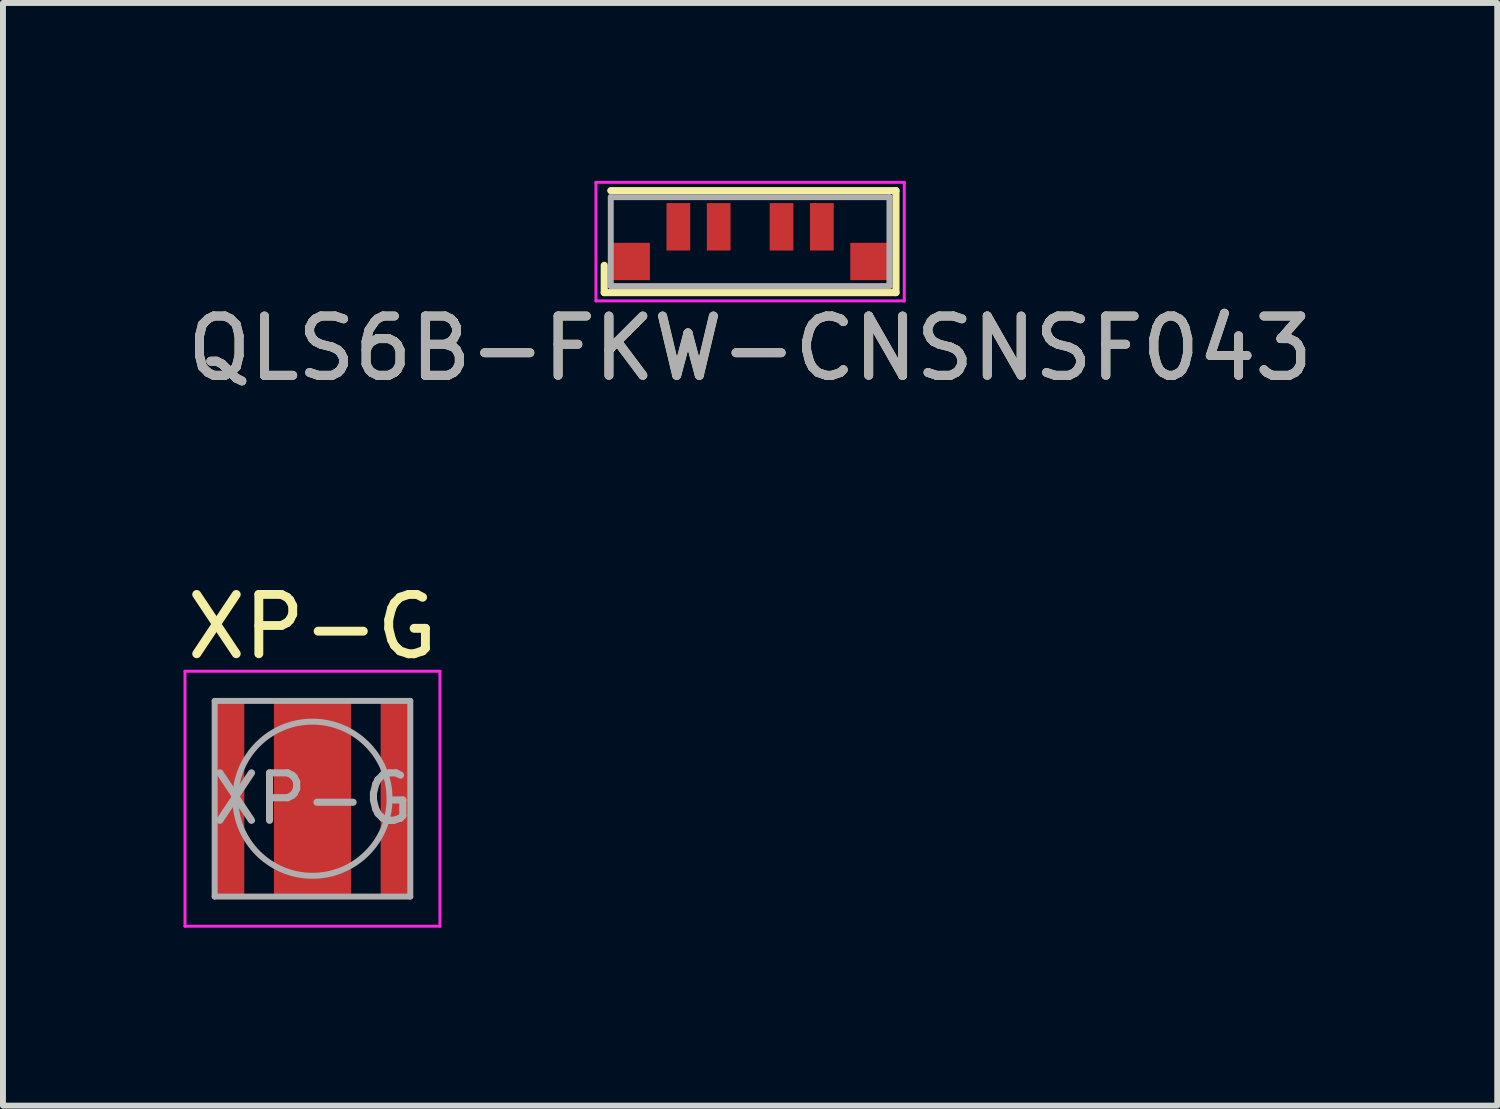
<source format=kicad_pcb>
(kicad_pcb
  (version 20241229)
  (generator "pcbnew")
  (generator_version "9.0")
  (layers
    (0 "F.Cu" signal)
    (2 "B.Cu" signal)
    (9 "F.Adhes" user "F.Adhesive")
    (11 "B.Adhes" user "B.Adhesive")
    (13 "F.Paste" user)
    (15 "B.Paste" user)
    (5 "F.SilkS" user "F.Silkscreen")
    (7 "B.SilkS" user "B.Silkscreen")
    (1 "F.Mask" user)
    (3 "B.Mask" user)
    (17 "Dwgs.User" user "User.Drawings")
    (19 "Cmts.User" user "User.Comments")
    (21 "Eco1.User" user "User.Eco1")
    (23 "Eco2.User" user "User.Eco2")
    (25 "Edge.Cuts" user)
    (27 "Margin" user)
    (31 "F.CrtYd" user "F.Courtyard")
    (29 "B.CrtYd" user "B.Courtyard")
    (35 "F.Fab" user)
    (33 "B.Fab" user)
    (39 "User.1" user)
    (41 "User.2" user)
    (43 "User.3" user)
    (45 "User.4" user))
  (footprint "XP-G"
    (layer "F.Cu")
    (at 2.22 10.421)
    (property "Reference" "XP-G" (at 0 -2.9 0) (layer "F.SilkS") (effects (font (size 1 1) (thickness 0.15))))
    (attr smd)
    (fp_line (start -2.15 -2.15) (end 2.15 -2.15) (stroke (width 0.05) (type solid)) (layer "F.CrtYd"))
    (fp_line (start -2.15 2.15) (end -2.15 -2.15) (stroke (width 0.05) (type solid)) (layer "F.CrtYd"))
    (fp_line (start 2.15 -2.15) (end 2.15 2.15) (stroke (width 0.05) (type solid)) (layer "F.CrtYd"))
    (fp_line (start 2.15 2.15) (end -2.15 2.15) (stroke (width 0.05) (type solid)) (layer "F.CrtYd"))
    (fp_line (start -1.65 -1.65) (end 1.65 -1.65) (stroke (width 0.1) (type solid)) (layer "F.Fab"))
    (fp_line (start -1.65 1.65) (end -1.65 -1.65) (stroke (width 0.1) (type solid)) (layer "F.Fab"))
    (fp_line (start 1.65 -1.65) (end 1.65 1.65) (stroke (width 0.1) (type solid)) (layer "F.Fab"))
    (fp_line (start 1.65 1.65) (end -1.65 1.65) (stroke (width 0.1) (type solid)) (layer "F.Fab"))
    (fp_circle (center 0 0) (end 0 1.3) (stroke (width 0.1) (type solid)) (fill no) (layer "F.Fab"))
    (fp_text user "${REFERENCE}" (at 0 0 0) (layer "F.Fab") (effects (font (size 0.8 0.8) (thickness 0.12))))
    (pad "" smd rect (at 0 -1) (size 1.01 0.75) (layers "F.Paste"))
    (pad "" smd rect (at 0 0) (size 1.01 0.75) (layers "F.Paste"))
    (pad "" smd rect (at 0 1) (size 1.01 0.75) (layers "F.Paste"))
    (pad "1" smd rect (at -1.4 0) (size 0.5 3.3) (layers "F.Cu" "F.Mask" "F.Paste"))
    (pad "2" smd rect (at 1.4 0) (size 0.5 3.3) (layers "F.Cu" "F.Mask" "F.Paste"))
    (pad "3" smd rect (at 0 0) (size 1.3 3.3) (layers "F.Cu" "F.Mask")))
  (footprint "QLS6B-FKW-CNSNSF043"
    (layer "F.Cu")
    (at 9.601 1.025)
    (property "Reference" "QLS6B-FKW-CNSNSF043" (at 0 1.8 0) (layer "F.SilkS") (effects (font (size 1 1) (thickness 0.15))))
    (attr smd)
    (fp_line (start -2.46 0.4) (end -2.46 0.86) (stroke (width 0.12) (type solid)) (layer "F.SilkS"))
    (fp_line (start -2.46 0.86) (end 2.46 0.86) (stroke (width 0.12) (type solid)) (layer "F.SilkS"))
    (fp_line (start -2.35 -0.86) (end 2.46 -0.86) (stroke (width 0.12) (type solid)) (layer "F.SilkS"))
    (fp_line (start 2.46 -0.86) (end 2.46 0.86) (stroke (width 0.12) (type solid)) (layer "F.SilkS"))
    (fp_line (start -2.6 -1) (end -2.6 1) (stroke (width 0.05) (type solid)) (layer "F.CrtYd"))
    (fp_line (start -2.6 -1) (end 2.6 -1) (stroke (width 0.05) (type solid)) (layer "F.CrtYd"))
    (fp_line (start 2.6 -1) (end 2.6 1) (stroke (width 0.05) (type solid)) (layer "F.CrtYd"))
    (fp_line (start 2.6 1) (end -2.6 1) (stroke (width 0.05) (type solid)) (layer "F.CrtYd"))
    (fp_line (start -2.35 -0.75) (end -2.35 0.75) (stroke (width 0.1) (type solid)) (layer "F.Fab"))
    (fp_line (start -2.35 -0.75) (end 2.35 -0.75) (stroke (width 0.1) (type solid)) (layer "F.Fab"))
    (fp_line (start -2.35 0.75) (end 2.35 0.75) (stroke (width 0.1) (type solid)) (layer "F.Fab"))
    (fp_line (start 2.35 -0.75) (end 2.35 0.75) (stroke (width 0.1) (type solid)) (layer "F.Fab"))
    (fp_text user "${REFERENCE}" (at 0 1.8 0) (layer "F.Fab") (effects (font (size 1 1) (thickness 0.15))))
    (pad "1" smd rect (at -1.21 -0.25) (size 0.4 0.8) (layers "F.Cu" "F.Mask" "F.Paste"))
    (pad "2" smd rect (at 0.53 -0.25) (size 0.4 0.8) (layers "F.Cu" "F.Mask" "F.Paste"))
    (pad "3" smd rect (at 2.02 0.335) (size 0.66 0.63) (layers "F.Cu" "F.Mask" "F.Paste"))
    (pad "4" smd rect (at 1.21 -0.25) (size 0.4 0.8) (layers "F.Cu" "F.Mask" "F.Paste"))
    (pad "5" smd rect (at -0.53 -0.25) (size 0.4 0.8) (layers "F.Cu" "F.Mask" "F.Paste"))
    (pad "6" smd rect (at -2.02 0.335) (size 0.66 0.63) (layers "F.Cu" "F.Mask" "F.Paste")))
  (gr_rect
    (start -3 -3)
    (end 22.202 15.597)
    (stroke (width 0.1) (type default))
    (fill no)
    (layer "Edge.Cuts")))
</source>
